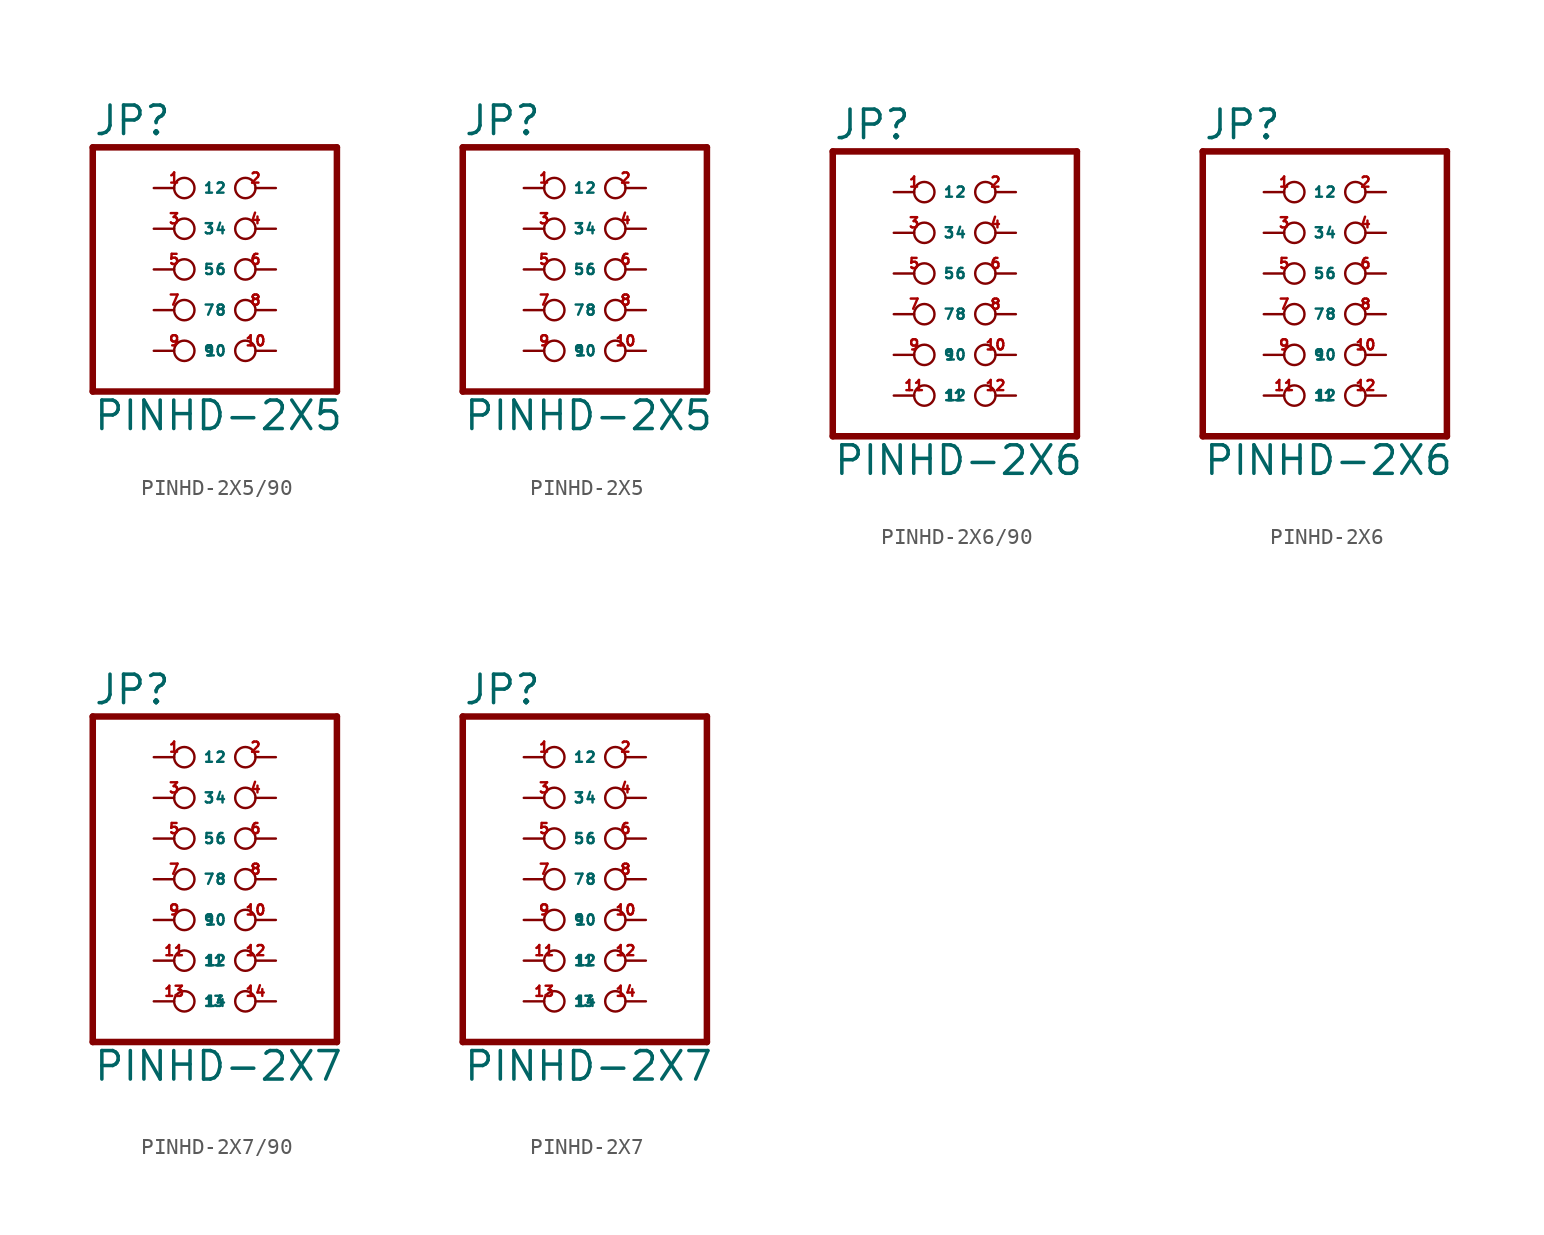
<source format=kicad_sym>
(kicad_symbol_lib
  (version 20220914)
  (generator Eagle2Kicad)
  (symbol "PINHD-2X5/90"
    (property "Reference" "JP"
      (at -6.35 8.255 0)
      (effects (font (size 1.778 1.778) (thickness 0.22)) (justify left bottom)))
    (property "Value" "PINHD-2X5"
      (at -6.35 -10.16 0)
      (effects (font (size 1.778 1.778) (thickness 0.22)) (justify left bottom)))
    (polyline
      (pts (xy -6.35 -7.62) (xy 8.89 -7.62))
      (stroke (width 0.406) (type default))
      (fill (type none)))
    (polyline
      (pts (xy 8.89 -7.62) (xy 8.89 7.62))
      (stroke (width 0.406) (type default))
      (fill (type none)))
    (polyline
      (pts (xy 8.89 7.62) (xy -6.35 7.62))
      (stroke (width 0.406) (type default))
      (fill (type none)))
    (polyline
      (pts (xy -6.35 7.62) (xy -6.35 -7.62))
      (stroke (width 0.406) (type default))
      (fill (type none)))
    (pin passive inverted
      (at -2.54 5.08 0)
      (length 2.54)
      (name "1" (effects (font (size 0.635 0.635) (thickness 0.08)) (justify left bottom)))
      (number "1" (effects (font (size 0.635 0.635) (thickness 0.08)) (justify left bottom))))
    (pin passive inverted
      (at 5.08 5.08 180)
      (length 2.54)
      (name "2" (effects (font (size 0.635 0.635) (thickness 0.08)) (justify left bottom)))
      (number "2" (effects (font (size 0.635 0.635) (thickness 0.08)) (justify left bottom))))
    (pin passive inverted
      (at -2.54 2.54 0)
      (length 2.54)
      (name "3" (effects (font (size 0.635 0.635) (thickness 0.08)) (justify left bottom)))
      (number "3" (effects (font (size 0.635 0.635) (thickness 0.08)) (justify left bottom))))
    (pin passive inverted
      (at 5.08 2.54 180)
      (length 2.54)
      (name "4" (effects (font (size 0.635 0.635) (thickness 0.08)) (justify left bottom)))
      (number "4" (effects (font (size 0.635 0.635) (thickness 0.08)) (justify left bottom))))
    (pin passive inverted
      (at -2.54 0 0)
      (length 2.54)
      (name "5" (effects (font (size 0.635 0.635) (thickness 0.08)) (justify left bottom)))
      (number "5" (effects (font (size 0.635 0.635) (thickness 0.08)) (justify left bottom))))
    (pin passive inverted
      (at 5.08 0 180)
      (length 2.54)
      (name "6" (effects (font (size 0.635 0.635) (thickness 0.08)) (justify left bottom)))
      (number "6" (effects (font (size 0.635 0.635) (thickness 0.08)) (justify left bottom))))
    (pin passive inverted
      (at -2.54 -2.54 0)
      (length 2.54)
      (name "7" (effects (font (size 0.635 0.635) (thickness 0.08)) (justify left bottom)))
      (number "7" (effects (font (size 0.635 0.635) (thickness 0.08)) (justify left bottom))))
    (pin passive inverted
      (at 5.08 -2.54 180)
      (length 2.54)
      (name "8" (effects (font (size 0.635 0.635) (thickness 0.08)) (justify left bottom)))
      (number "8" (effects (font (size 0.635 0.635) (thickness 0.08)) (justify left bottom))))
    (pin passive inverted
      (at -2.54 -5.08 0)
      (length 2.54)
      (name "9" (effects (font (size 0.635 0.635) (thickness 0.08)) (justify left bottom)))
      (number "9" (effects (font (size 0.635 0.635) (thickness 0.08)) (justify left bottom))))
    (pin passive inverted
      (at 5.08 -5.08 180)
      (length 2.54)
      (name "10" (effects (font (size 0.635 0.635) (thickness 0.08)) (justify left bottom)))
      (number "10" (effects (font (size 0.635 0.635) (thickness 0.08)) (justify left bottom)))))
  (symbol "PINHD-2X5"
    (property "Reference" "JP"
      (at -6.35 8.255 0)
      (effects (font (size 1.778 1.778) (thickness 0.22)) (justify left bottom)))
    (property "Value" "PINHD-2X5"
      (at -6.35 -10.16 0)
      (effects (font (size 1.778 1.778) (thickness 0.22)) (justify left bottom)))
    (polyline
      (pts (xy -6.35 -7.62) (xy 8.89 -7.62))
      (stroke (width 0.406) (type default))
      (fill (type none)))
    (polyline
      (pts (xy 8.89 -7.62) (xy 8.89 7.62))
      (stroke (width 0.406) (type default))
      (fill (type none)))
    (polyline
      (pts (xy 8.89 7.62) (xy -6.35 7.62))
      (stroke (width 0.406) (type default))
      (fill (type none)))
    (polyline
      (pts (xy -6.35 7.62) (xy -6.35 -7.62))
      (stroke (width 0.406) (type default))
      (fill (type none)))
    (pin passive inverted
      (at -2.54 5.08 0)
      (length 2.54)
      (name "1" (effects (font (size 0.635 0.635) (thickness 0.08)) (justify left bottom)))
      (number "1" (effects (font (size 0.635 0.635) (thickness 0.08)) (justify left bottom))))
    (pin passive inverted
      (at 5.08 5.08 180)
      (length 2.54)
      (name "2" (effects (font (size 0.635 0.635) (thickness 0.08)) (justify left bottom)))
      (number "2" (effects (font (size 0.635 0.635) (thickness 0.08)) (justify left bottom))))
    (pin passive inverted
      (at -2.54 2.54 0)
      (length 2.54)
      (name "3" (effects (font (size 0.635 0.635) (thickness 0.08)) (justify left bottom)))
      (number "3" (effects (font (size 0.635 0.635) (thickness 0.08)) (justify left bottom))))
    (pin passive inverted
      (at 5.08 2.54 180)
      (length 2.54)
      (name "4" (effects (font (size 0.635 0.635) (thickness 0.08)) (justify left bottom)))
      (number "4" (effects (font (size 0.635 0.635) (thickness 0.08)) (justify left bottom))))
    (pin passive inverted
      (at -2.54 0 0)
      (length 2.54)
      (name "5" (effects (font (size 0.635 0.635) (thickness 0.08)) (justify left bottom)))
      (number "5" (effects (font (size 0.635 0.635) (thickness 0.08)) (justify left bottom))))
    (pin passive inverted
      (at 5.08 0 180)
      (length 2.54)
      (name "6" (effects (font (size 0.635 0.635) (thickness 0.08)) (justify left bottom)))
      (number "6" (effects (font (size 0.635 0.635) (thickness 0.08)) (justify left bottom))))
    (pin passive inverted
      (at -2.54 -2.54 0)
      (length 2.54)
      (name "7" (effects (font (size 0.635 0.635) (thickness 0.08)) (justify left bottom)))
      (number "7" (effects (font (size 0.635 0.635) (thickness 0.08)) (justify left bottom))))
    (pin passive inverted
      (at 5.08 -2.54 180)
      (length 2.54)
      (name "8" (effects (font (size 0.635 0.635) (thickness 0.08)) (justify left bottom)))
      (number "8" (effects (font (size 0.635 0.635) (thickness 0.08)) (justify left bottom))))
    (pin passive inverted
      (at -2.54 -5.08 0)
      (length 2.54)
      (name "9" (effects (font (size 0.635 0.635) (thickness 0.08)) (justify left bottom)))
      (number "9" (effects (font (size 0.635 0.635) (thickness 0.08)) (justify left bottom))))
    (pin passive inverted
      (at 5.08 -5.08 180)
      (length 2.54)
      (name "10" (effects (font (size 0.635 0.635) (thickness 0.08)) (justify left bottom)))
      (number "10" (effects (font (size 0.635 0.635) (thickness 0.08)) (justify left bottom)))))
  (symbol "PINHD-2X6/90"
    (property "Reference" "JP"
      (at -6.35 8.255 0)
      (effects (font (size 1.778 1.778) (thickness 0.22)) (justify left bottom)))
    (property "Value" "PINHD-2X6"
      (at -6.35 -12.7 0)
      (effects (font (size 1.778 1.778) (thickness 0.22)) (justify left bottom)))
    (polyline
      (pts (xy -6.35 -10.16) (xy 8.89 -10.16))
      (stroke (width 0.406) (type default))
      (fill (type none)))
    (polyline
      (pts (xy 8.89 -10.16) (xy 8.89 7.62))
      (stroke (width 0.406) (type default))
      (fill (type none)))
    (polyline
      (pts (xy 8.89 7.62) (xy -6.35 7.62))
      (stroke (width 0.406) (type default))
      (fill (type none)))
    (polyline
      (pts (xy -6.35 7.62) (xy -6.35 -10.16))
      (stroke (width 0.406) (type default))
      (fill (type none)))
    (pin passive inverted
      (at -2.54 5.08 0)
      (length 2.54)
      (name "1" (effects (font (size 0.635 0.635) (thickness 0.08)) (justify left bottom)))
      (number "1" (effects (font (size 0.635 0.635) (thickness 0.08)) (justify left bottom))))
    (pin passive inverted
      (at 5.08 5.08 180)
      (length 2.54)
      (name "2" (effects (font (size 0.635 0.635) (thickness 0.08)) (justify left bottom)))
      (number "2" (effects (font (size 0.635 0.635) (thickness 0.08)) (justify left bottom))))
    (pin passive inverted
      (at -2.54 2.54 0)
      (length 2.54)
      (name "3" (effects (font (size 0.635 0.635) (thickness 0.08)) (justify left bottom)))
      (number "3" (effects (font (size 0.635 0.635) (thickness 0.08)) (justify left bottom))))
    (pin passive inverted
      (at 5.08 2.54 180)
      (length 2.54)
      (name "4" (effects (font (size 0.635 0.635) (thickness 0.08)) (justify left bottom)))
      (number "4" (effects (font (size 0.635 0.635) (thickness 0.08)) (justify left bottom))))
    (pin passive inverted
      (at -2.54 0 0)
      (length 2.54)
      (name "5" (effects (font (size 0.635 0.635) (thickness 0.08)) (justify left bottom)))
      (number "5" (effects (font (size 0.635 0.635) (thickness 0.08)) (justify left bottom))))
    (pin passive inverted
      (at 5.08 0 180)
      (length 2.54)
      (name "6" (effects (font (size 0.635 0.635) (thickness 0.08)) (justify left bottom)))
      (number "6" (effects (font (size 0.635 0.635) (thickness 0.08)) (justify left bottom))))
    (pin passive inverted
      (at -2.54 -2.54 0)
      (length 2.54)
      (name "7" (effects (font (size 0.635 0.635) (thickness 0.08)) (justify left bottom)))
      (number "7" (effects (font (size 0.635 0.635) (thickness 0.08)) (justify left bottom))))
    (pin passive inverted
      (at 5.08 -2.54 180)
      (length 2.54)
      (name "8" (effects (font (size 0.635 0.635) (thickness 0.08)) (justify left bottom)))
      (number "8" (effects (font (size 0.635 0.635) (thickness 0.08)) (justify left bottom))))
    (pin passive inverted
      (at -2.54 -5.08 0)
      (length 2.54)
      (name "9" (effects (font (size 0.635 0.635) (thickness 0.08)) (justify left bottom)))
      (number "9" (effects (font (size 0.635 0.635) (thickness 0.08)) (justify left bottom))))
    (pin passive inverted
      (at 5.08 -5.08 180)
      (length 2.54)
      (name "10" (effects (font (size 0.635 0.635) (thickness 0.08)) (justify left bottom)))
      (number "10" (effects (font (size 0.635 0.635) (thickness 0.08)) (justify left bottom))))
    (pin passive inverted
      (at -2.54 -7.62 0)
      (length 2.54)
      (name "11" (effects (font (size 0.635 0.635) (thickness 0.08)) (justify left bottom)))
      (number "11" (effects (font (size 0.635 0.635) (thickness 0.08)) (justify left bottom))))
    (pin passive inverted
      (at 5.08 -7.62 180)
      (length 2.54)
      (name "12" (effects (font (size 0.635 0.635) (thickness 0.08)) (justify left bottom)))
      (number "12" (effects (font (size 0.635 0.635) (thickness 0.08)) (justify left bottom)))))
  (symbol "PINHD-2X6"
    (property "Reference" "JP"
      (at -6.35 8.255 0)
      (effects (font (size 1.778 1.778) (thickness 0.22)) (justify left bottom)))
    (property "Value" "PINHD-2X6"
      (at -6.35 -12.7 0)
      (effects (font (size 1.778 1.778) (thickness 0.22)) (justify left bottom)))
    (polyline
      (pts (xy -6.35 -10.16) (xy 8.89 -10.16))
      (stroke (width 0.406) (type default))
      (fill (type none)))
    (polyline
      (pts (xy 8.89 -10.16) (xy 8.89 7.62))
      (stroke (width 0.406) (type default))
      (fill (type none)))
    (polyline
      (pts (xy 8.89 7.62) (xy -6.35 7.62))
      (stroke (width 0.406) (type default))
      (fill (type none)))
    (polyline
      (pts (xy -6.35 7.62) (xy -6.35 -10.16))
      (stroke (width 0.406) (type default))
      (fill (type none)))
    (pin passive inverted
      (at -2.54 5.08 0)
      (length 2.54)
      (name "1" (effects (font (size 0.635 0.635) (thickness 0.08)) (justify left bottom)))
      (number "1" (effects (font (size 0.635 0.635) (thickness 0.08)) (justify left bottom))))
    (pin passive inverted
      (at 5.08 5.08 180)
      (length 2.54)
      (name "2" (effects (font (size 0.635 0.635) (thickness 0.08)) (justify left bottom)))
      (number "2" (effects (font (size 0.635 0.635) (thickness 0.08)) (justify left bottom))))
    (pin passive inverted
      (at -2.54 2.54 0)
      (length 2.54)
      (name "3" (effects (font (size 0.635 0.635) (thickness 0.08)) (justify left bottom)))
      (number "3" (effects (font (size 0.635 0.635) (thickness 0.08)) (justify left bottom))))
    (pin passive inverted
      (at 5.08 2.54 180)
      (length 2.54)
      (name "4" (effects (font (size 0.635 0.635) (thickness 0.08)) (justify left bottom)))
      (number "4" (effects (font (size 0.635 0.635) (thickness 0.08)) (justify left bottom))))
    (pin passive inverted
      (at -2.54 0 0)
      (length 2.54)
      (name "5" (effects (font (size 0.635 0.635) (thickness 0.08)) (justify left bottom)))
      (number "5" (effects (font (size 0.635 0.635) (thickness 0.08)) (justify left bottom))))
    (pin passive inverted
      (at 5.08 0 180)
      (length 2.54)
      (name "6" (effects (font (size 0.635 0.635) (thickness 0.08)) (justify left bottom)))
      (number "6" (effects (font (size 0.635 0.635) (thickness 0.08)) (justify left bottom))))
    (pin passive inverted
      (at -2.54 -2.54 0)
      (length 2.54)
      (name "7" (effects (font (size 0.635 0.635) (thickness 0.08)) (justify left bottom)))
      (number "7" (effects (font (size 0.635 0.635) (thickness 0.08)) (justify left bottom))))
    (pin passive inverted
      (at 5.08 -2.54 180)
      (length 2.54)
      (name "8" (effects (font (size 0.635 0.635) (thickness 0.08)) (justify left bottom)))
      (number "8" (effects (font (size 0.635 0.635) (thickness 0.08)) (justify left bottom))))
    (pin passive inverted
      (at -2.54 -5.08 0)
      (length 2.54)
      (name "9" (effects (font (size 0.635 0.635) (thickness 0.08)) (justify left bottom)))
      (number "9" (effects (font (size 0.635 0.635) (thickness 0.08)) (justify left bottom))))
    (pin passive inverted
      (at 5.08 -5.08 180)
      (length 2.54)
      (name "10" (effects (font (size 0.635 0.635) (thickness 0.08)) (justify left bottom)))
      (number "10" (effects (font (size 0.635 0.635) (thickness 0.08)) (justify left bottom))))
    (pin passive inverted
      (at -2.54 -7.62 0)
      (length 2.54)
      (name "11" (effects (font (size 0.635 0.635) (thickness 0.08)) (justify left bottom)))
      (number "11" (effects (font (size 0.635 0.635) (thickness 0.08)) (justify left bottom))))
    (pin passive inverted
      (at 5.08 -7.62 180)
      (length 2.54)
      (name "12" (effects (font (size 0.635 0.635) (thickness 0.08)) (justify left bottom)))
      (number "12" (effects (font (size 0.635 0.635) (thickness 0.08)) (justify left bottom)))))
  (symbol "PINHD-2X7/90"
    (property "Reference" "JP"
      (at -6.35 10.795 0)
      (effects (font (size 1.778 1.778) (thickness 0.22)) (justify left bottom)))
    (property "Value" "PINHD-2X7"
      (at -6.35 -12.7 0)
      (effects (font (size 1.778 1.778) (thickness 0.22)) (justify left bottom)))
    (polyline
      (pts (xy -6.35 -10.16) (xy 8.89 -10.16))
      (stroke (width 0.406) (type default))
      (fill (type none)))
    (polyline
      (pts (xy 8.89 -10.16) (xy 8.89 10.16))
      (stroke (width 0.406) (type default))
      (fill (type none)))
    (polyline
      (pts (xy 8.89 10.16) (xy -6.35 10.16))
      (stroke (width 0.406) (type default))
      (fill (type none)))
    (polyline
      (pts (xy -6.35 10.16) (xy -6.35 -10.16))
      (stroke (width 0.406) (type default))
      (fill (type none)))
    (pin passive inverted
      (at -2.54 7.62 0)
      (length 2.54)
      (name "1" (effects (font (size 0.635 0.635) (thickness 0.08)) (justify left bottom)))
      (number "1" (effects (font (size 0.635 0.635) (thickness 0.08)) (justify left bottom))))
    (pin passive inverted
      (at 5.08 7.62 180)
      (length 2.54)
      (name "2" (effects (font (size 0.635 0.635) (thickness 0.08)) (justify left bottom)))
      (number "2" (effects (font (size 0.635 0.635) (thickness 0.08)) (justify left bottom))))
    (pin passive inverted
      (at -2.54 5.08 0)
      (length 2.54)
      (name "3" (effects (font (size 0.635 0.635) (thickness 0.08)) (justify left bottom)))
      (number "3" (effects (font (size 0.635 0.635) (thickness 0.08)) (justify left bottom))))
    (pin passive inverted
      (at 5.08 5.08 180)
      (length 2.54)
      (name "4" (effects (font (size 0.635 0.635) (thickness 0.08)) (justify left bottom)))
      (number "4" (effects (font (size 0.635 0.635) (thickness 0.08)) (justify left bottom))))
    (pin passive inverted
      (at -2.54 2.54 0)
      (length 2.54)
      (name "5" (effects (font (size 0.635 0.635) (thickness 0.08)) (justify left bottom)))
      (number "5" (effects (font (size 0.635 0.635) (thickness 0.08)) (justify left bottom))))
    (pin passive inverted
      (at 5.08 2.54 180)
      (length 2.54)
      (name "6" (effects (font (size 0.635 0.635) (thickness 0.08)) (justify left bottom)))
      (number "6" (effects (font (size 0.635 0.635) (thickness 0.08)) (justify left bottom))))
    (pin passive inverted
      (at -2.54 0 0)
      (length 2.54)
      (name "7" (effects (font (size 0.635 0.635) (thickness 0.08)) (justify left bottom)))
      (number "7" (effects (font (size 0.635 0.635) (thickness 0.08)) (justify left bottom))))
    (pin passive inverted
      (at 5.08 0 180)
      (length 2.54)
      (name "8" (effects (font (size 0.635 0.635) (thickness 0.08)) (justify left bottom)))
      (number "8" (effects (font (size 0.635 0.635) (thickness 0.08)) (justify left bottom))))
    (pin passive inverted
      (at -2.54 -2.54 0)
      (length 2.54)
      (name "9" (effects (font (size 0.635 0.635) (thickness 0.08)) (justify left bottom)))
      (number "9" (effects (font (size 0.635 0.635) (thickness 0.08)) (justify left bottom))))
    (pin passive inverted
      (at 5.08 -2.54 180)
      (length 2.54)
      (name "10" (effects (font (size 0.635 0.635) (thickness 0.08)) (justify left bottom)))
      (number "10" (effects (font (size 0.635 0.635) (thickness 0.08)) (justify left bottom))))
    (pin passive inverted
      (at -2.54 -5.08 0)
      (length 2.54)
      (name "11" (effects (font (size 0.635 0.635) (thickness 0.08)) (justify left bottom)))
      (number "11" (effects (font (size 0.635 0.635) (thickness 0.08)) (justify left bottom))))
    (pin passive inverted
      (at 5.08 -5.08 180)
      (length 2.54)
      (name "12" (effects (font (size 0.635 0.635) (thickness 0.08)) (justify left bottom)))
      (number "12" (effects (font (size 0.635 0.635) (thickness 0.08)) (justify left bottom))))
    (pin passive inverted
      (at -2.54 -7.62 0)
      (length 2.54)
      (name "13" (effects (font (size 0.635 0.635) (thickness 0.08)) (justify left bottom)))
      (number "13" (effects (font (size 0.635 0.635) (thickness 0.08)) (justify left bottom))))
    (pin passive inverted
      (at 5.08 -7.62 180)
      (length 2.54)
      (name "14" (effects (font (size 0.635 0.635) (thickness 0.08)) (justify left bottom)))
      (number "14" (effects (font (size 0.635 0.635) (thickness 0.08)) (justify left bottom)))))
  (symbol "PINHD-2X7"
    (property "Reference" "JP"
      (at -6.35 10.795 0)
      (effects (font (size 1.778 1.778) (thickness 0.22)) (justify left bottom)))
    (property "Value" "PINHD-2X7"
      (at -6.35 -12.7 0)
      (effects (font (size 1.778 1.778) (thickness 0.22)) (justify left bottom)))
    (polyline
      (pts (xy -6.35 -10.16) (xy 8.89 -10.16))
      (stroke (width 0.406) (type default))
      (fill (type none)))
    (polyline
      (pts (xy 8.89 -10.16) (xy 8.89 10.16))
      (stroke (width 0.406) (type default))
      (fill (type none)))
    (polyline
      (pts (xy 8.89 10.16) (xy -6.35 10.16))
      (stroke (width 0.406) (type default))
      (fill (type none)))
    (polyline
      (pts (xy -6.35 10.16) (xy -6.35 -10.16))
      (stroke (width 0.406) (type default))
      (fill (type none)))
    (pin passive inverted
      (at -2.54 7.62 0)
      (length 2.54)
      (name "1" (effects (font (size 0.635 0.635) (thickness 0.08)) (justify left bottom)))
      (number "1" (effects (font (size 0.635 0.635) (thickness 0.08)) (justify left bottom))))
    (pin passive inverted
      (at 5.08 7.62 180)
      (length 2.54)
      (name "2" (effects (font (size 0.635 0.635) (thickness 0.08)) (justify left bottom)))
      (number "2" (effects (font (size 0.635 0.635) (thickness 0.08)) (justify left bottom))))
    (pin passive inverted
      (at -2.54 5.08 0)
      (length 2.54)
      (name "3" (effects (font (size 0.635 0.635) (thickness 0.08)) (justify left bottom)))
      (number "3" (effects (font (size 0.635 0.635) (thickness 0.08)) (justify left bottom))))
    (pin passive inverted
      (at 5.08 5.08 180)
      (length 2.54)
      (name "4" (effects (font (size 0.635 0.635) (thickness 0.08)) (justify left bottom)))
      (number "4" (effects (font (size 0.635 0.635) (thickness 0.08)) (justify left bottom))))
    (pin passive inverted
      (at -2.54 2.54 0)
      (length 2.54)
      (name "5" (effects (font (size 0.635 0.635) (thickness 0.08)) (justify left bottom)))
      (number "5" (effects (font (size 0.635 0.635) (thickness 0.08)) (justify left bottom))))
    (pin passive inverted
      (at 5.08 2.54 180)
      (length 2.54)
      (name "6" (effects (font (size 0.635 0.635) (thickness 0.08)) (justify left bottom)))
      (number "6" (effects (font (size 0.635 0.635) (thickness 0.08)) (justify left bottom))))
    (pin passive inverted
      (at -2.54 0 0)
      (length 2.54)
      (name "7" (effects (font (size 0.635 0.635) (thickness 0.08)) (justify left bottom)))
      (number "7" (effects (font (size 0.635 0.635) (thickness 0.08)) (justify left bottom))))
    (pin passive inverted
      (at 5.08 0 180)
      (length 2.54)
      (name "8" (effects (font (size 0.635 0.635) (thickness 0.08)) (justify left bottom)))
      (number "8" (effects (font (size 0.635 0.635) (thickness 0.08)) (justify left bottom))))
    (pin passive inverted
      (at -2.54 -2.54 0)
      (length 2.54)
      (name "9" (effects (font (size 0.635 0.635) (thickness 0.08)) (justify left bottom)))
      (number "9" (effects (font (size 0.635 0.635) (thickness 0.08)) (justify left bottom))))
    (pin passive inverted
      (at 5.08 -2.54 180)
      (length 2.54)
      (name "10" (effects (font (size 0.635 0.635) (thickness 0.08)) (justify left bottom)))
      (number "10" (effects (font (size 0.635 0.635) (thickness 0.08)) (justify left bottom))))
    (pin passive inverted
      (at -2.54 -5.08 0)
      (length 2.54)
      (name "11" (effects (font (size 0.635 0.635) (thickness 0.08)) (justify left bottom)))
      (number "11" (effects (font (size 0.635 0.635) (thickness 0.08)) (justify left bottom))))
    (pin passive inverted
      (at 5.08 -5.08 180)
      (length 2.54)
      (name "12" (effects (font (size 0.635 0.635) (thickness 0.08)) (justify left bottom)))
      (number "12" (effects (font (size 0.635 0.635) (thickness 0.08)) (justify left bottom))))
    (pin passive inverted
      (at -2.54 -7.62 0)
      (length 2.54)
      (name "13" (effects (font (size 0.635 0.635) (thickness 0.08)) (justify left bottom)))
      (number "13" (effects (font (size 0.635 0.635) (thickness 0.08)) (justify left bottom))))
    (pin passive inverted
      (at 5.08 -7.62 180)
      (length 2.54)
      (name "14" (effects (font (size 0.635 0.635) (thickness 0.08)) (justify left bottom)))
      (number "14" (effects (font (size 0.635 0.635) (thickness 0.08)) (justify left bottom))))))
</source>
